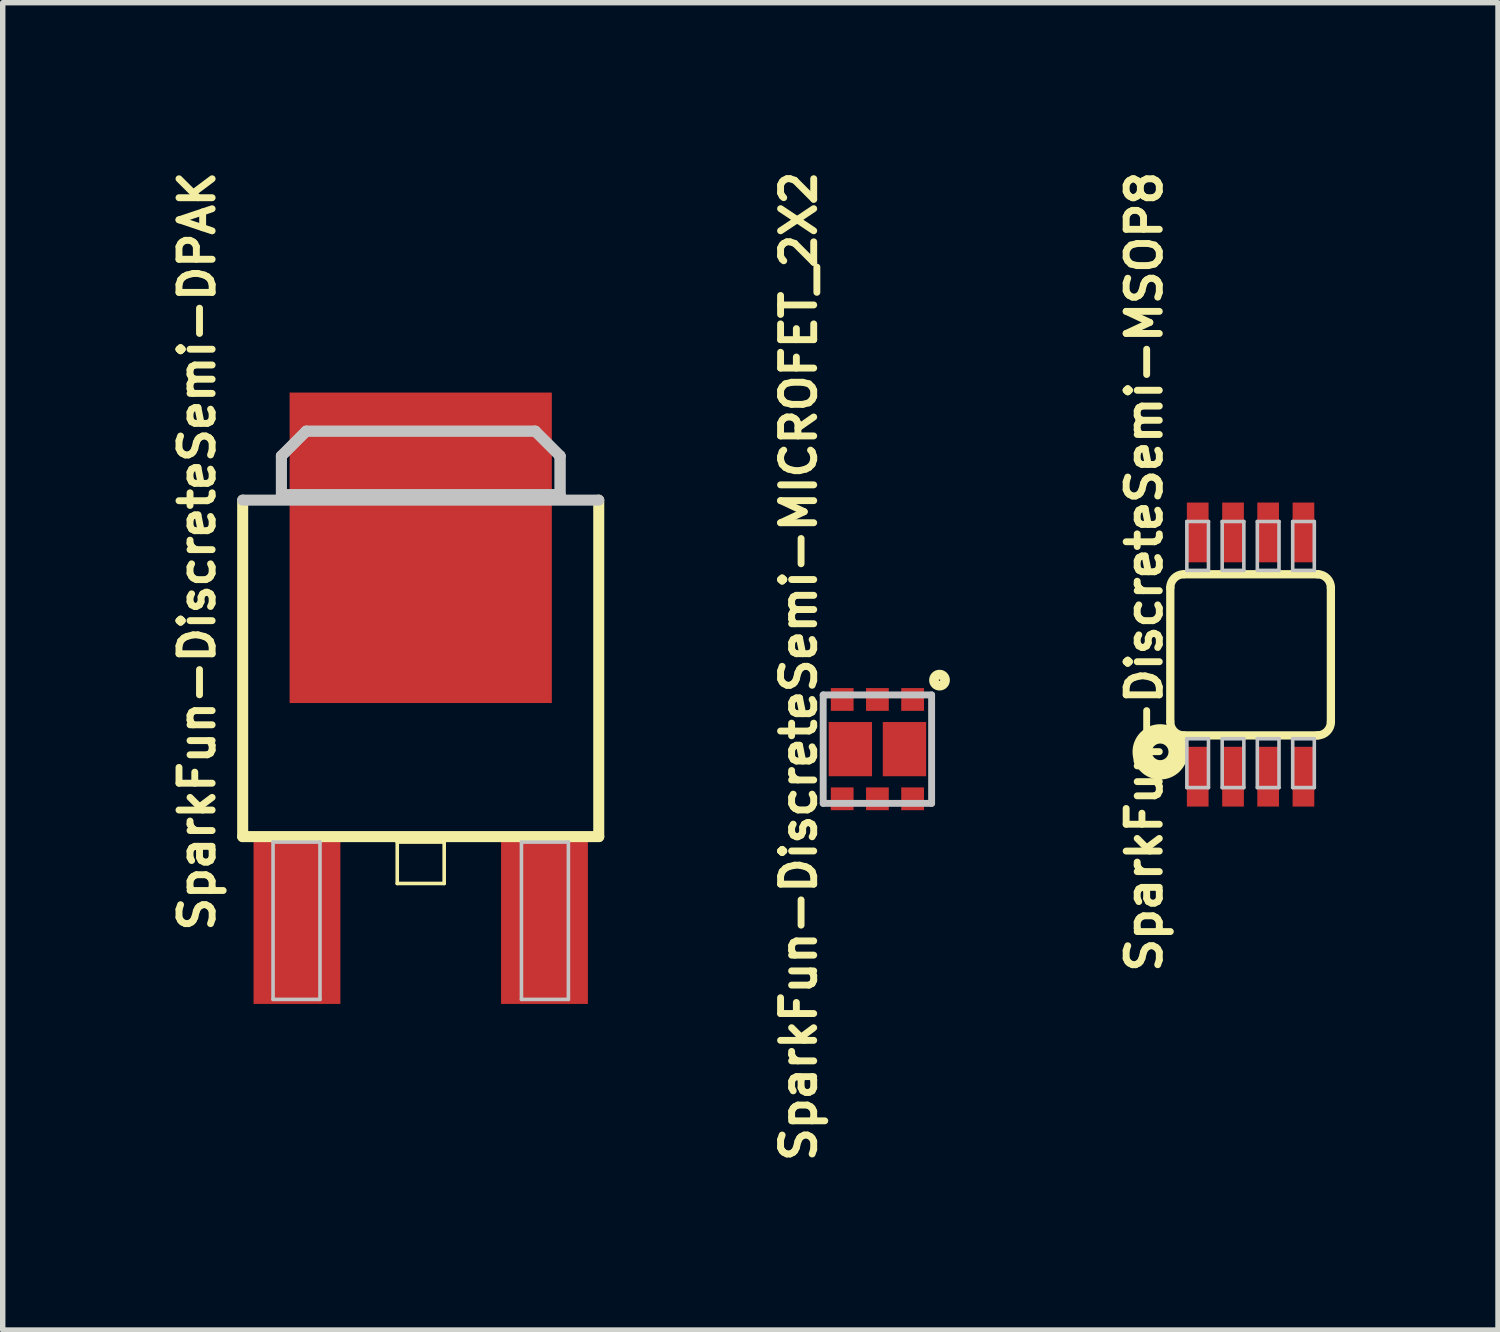
<source format=kicad_pcb>
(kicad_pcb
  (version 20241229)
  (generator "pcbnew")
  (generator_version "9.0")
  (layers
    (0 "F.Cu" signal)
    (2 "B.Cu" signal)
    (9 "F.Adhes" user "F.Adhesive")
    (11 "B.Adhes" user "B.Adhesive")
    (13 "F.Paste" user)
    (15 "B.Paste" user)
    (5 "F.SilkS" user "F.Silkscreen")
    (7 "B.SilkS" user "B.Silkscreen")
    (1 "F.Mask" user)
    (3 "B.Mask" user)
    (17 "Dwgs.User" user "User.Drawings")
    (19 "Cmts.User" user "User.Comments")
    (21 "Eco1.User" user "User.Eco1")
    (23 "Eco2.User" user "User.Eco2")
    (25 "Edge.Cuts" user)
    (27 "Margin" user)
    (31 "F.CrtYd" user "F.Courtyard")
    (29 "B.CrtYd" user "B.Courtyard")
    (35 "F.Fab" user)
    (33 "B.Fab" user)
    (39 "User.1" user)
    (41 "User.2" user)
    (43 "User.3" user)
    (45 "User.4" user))
  (footprint "SparkFun-DiscreteSemi-DPAK"
    (layer "F.Cu")
    (at 4.694 8.62)
    (property "Reference" "SparkFun-DiscreteSemi-DPAK" (at -4.115 -1.524 90) (layer "F.SilkS") (effects (font (size 0.61 0.61) (thickness 0.127))))
    (attr smd)
    (fp_line (start -3.277 3.729) (end -3.277 -2.464) (stroke (width 0.203) (type solid)) (layer "F.SilkS"))
    (fp_line (start -0.432 3.83) (end 0.432 3.83) (stroke (width 0.066) (type solid)) (layer "F.SilkS"))
    (fp_line (start -0.432 4.592) (end -0.432 3.83) (stroke (width 0.066) (type solid)) (layer "F.SilkS"))
    (fp_line (start -0.432 4.592) (end 0.432 4.592) (stroke (width 0.066) (type solid)) (layer "F.SilkS"))
    (fp_line (start 0.432 4.592) (end 0.432 3.83) (stroke (width 0.066) (type solid)) (layer "F.SilkS"))
    (fp_line (start 3.277 -2.464) (end 3.277 3.729) (stroke (width 0.203) (type solid)) (layer "F.SilkS"))
    (fp_line (start 3.277 3.729) (end -3.277 3.729) (stroke (width 0.203) (type solid)) (layer "F.SilkS"))
    (fp_line (start -3.277 -2.464) (end 3.277 -2.464) (stroke (width 0.203) (type solid)) (layer "Dwgs.User"))
    (fp_line (start -2.718 3.83) (end -1.854 3.83) (stroke (width 0.066) (type solid)) (layer "Dwgs.User"))
    (fp_line (start -2.718 6.726) (end -2.718 3.83) (stroke (width 0.066) (type solid)) (layer "Dwgs.User"))
    (fp_line (start -2.718 6.726) (end -1.854 6.726) (stroke (width 0.066) (type solid)) (layer "Dwgs.User"))
    (fp_line (start -2.565 -3.277) (end -2.108 -3.734) (stroke (width 0.198) (type solid)) (layer "Dwgs.User"))
    (fp_line (start -2.565 -3.277) (end -2.108 -3.734) (stroke (width 0.203) (type solid)) (layer "Dwgs.User"))
    (fp_line (start -2.565 -2.565) (end -2.565 -3.277) (stroke (width 0.198) (type solid)) (layer "Dwgs.User"))
    (fp_line (start -2.565 -2.565) (end -2.565 -3.277) (stroke (width 0.203) (type solid)) (layer "Dwgs.User"))
    (fp_line (start -2.108 -3.734) (end 2.108 -3.734) (stroke (width 0.198) (type solid)) (layer "Dwgs.User"))
    (fp_line (start -2.108 -3.734) (end 2.108 -3.734) (stroke (width 0.203) (type solid)) (layer "Dwgs.User"))
    (fp_line (start -1.854 6.726) (end -1.854 3.83) (stroke (width 0.066) (type solid)) (layer "Dwgs.User"))
    (fp_line (start 1.854 3.83) (end 2.718 3.83) (stroke (width 0.066) (type solid)) (layer "Dwgs.User"))
    (fp_line (start 1.854 6.726) (end 1.854 3.83) (stroke (width 0.066) (type solid)) (layer "Dwgs.User"))
    (fp_line (start 1.854 6.726) (end 2.718 6.726) (stroke (width 0.066) (type solid)) (layer "Dwgs.User"))
    (fp_line (start 2.108 -3.734) (end 2.565 -3.277) (stroke (width 0.198) (type solid)) (layer "Dwgs.User"))
    (fp_line (start 2.108 -3.734) (end 2.565 -3.277) (stroke (width 0.203) (type solid)) (layer "Dwgs.User"))
    (fp_line (start 2.565 -3.277) (end 2.565 -2.565) (stroke (width 0.198) (type solid)) (layer "Dwgs.User"))
    (fp_line (start 2.565 -3.277) (end 2.565 -2.565) (stroke (width 0.203) (type solid)) (layer "Dwgs.User"))
    (fp_line (start 2.565 -2.565) (end -2.565 -2.565) (stroke (width 0.198) (type solid)) (layer "Dwgs.User"))
    (fp_line (start 2.565 -2.565) (end -2.565 -2.565) (stroke (width 0.203) (type solid)) (layer "Dwgs.User"))
    (fp_line (start 2.718 6.726) (end 2.718 3.83) (stroke (width 0.066) (type solid)) (layer "Dwgs.User"))
    (pad "1" smd rect (at -2.278 5.309) (size 1.598 3) (layers "F.Cu" "F.Mask" "F.Paste"))
    (pad "3" smd rect (at 2.278 5.309) (size 1.598 3) (layers "F.Cu" "F.Mask" "F.Paste"))
    (pad "4" smd rect (at 0 -1.587) (size 4.826 5.715) (layers "F.Cu" "F.Mask" "F.Paste")))
  (footprint "SparkFun-DiscreteSemi-MICROFET_2X2"
    (layer "F.Cu")
    (at 13.1 10.739)
    (property "Reference" "SparkFun-DiscreteSemi-MICROFET_2X2" (at -1.448 -1.524 90) (layer "F.SilkS") (effects (font (size 0.61 0.61) (thickness 0.127))))
    (attr smd)
    (fp_circle (center 1.143 -1.27) (end 1.143 -1.372) (stroke (width 0.178) (type solid)) (fill no) (layer "F.SilkS"))
    (fp_line (start -0.998 -0.998) (end 0.998 -0.998) (stroke (width 0.127) (type solid)) (layer "Dwgs.User"))
    (fp_line (start -0.998 0.998) (end -0.998 -0.998) (stroke (width 0.127) (type solid)) (layer "Dwgs.User"))
    (fp_line (start 0.998 -0.998) (end 0.998 0.998) (stroke (width 0.127) (type solid)) (layer "Dwgs.User"))
    (fp_line (start 0.998 0.998) (end -0.998 0.998) (stroke (width 0.127) (type solid)) (layer "Dwgs.User"))
    (pad "D1" smd rect (at 0.498 0) (size 0.798 0.998) (layers "F.Cu" "F.Mask" "F.Paste"))
    (pad "D1_2" smd rect (at 0.648 0.914) (size 0.419 0.419) (layers "F.Cu" "F.Mask" "F.Paste"))
    (pad "D2" smd rect (at -0.498 0) (size 0.798 0.998) (layers "F.Cu" "F.Mask" "F.Paste"))
    (pad "D2_2" smd rect (at -0.648 -0.914) (size 0.419 0.419) (layers "F.Cu" "F.Mask" "F.Paste"))
    (pad "G1" smd rect (at 0 -0.914) (size 0.419 0.419) (layers "F.Cu" "F.Mask" "F.Paste"))
    (pad "G2" smd rect (at 0 0.914) (size 0.419 0.419) (layers "F.Cu" "F.Mask" "F.Paste"))
    (pad "S1" smd rect (at 0.648 -0.914) (size 0.419 0.419) (layers "F.Cu" "F.Mask" "F.Paste"))
    (pad "S2" smd rect (at -0.648 0.914) (size 0.419 0.419) (layers "F.Cu" "F.Mask" "F.Paste")))
  (footprint "SparkFun-DiscreteSemi-MSOP8"
    (layer "F.Cu")
    (at 19.969 8.998)
    (property "Reference" "SparkFun-DiscreteSemi-MSOP8" (at -1.956 -1.524 90) (layer "F.SilkS") (effects (font (size 0.61 0.61) (thickness 0.127))))
    (attr smd)
    (fp_line (start -1.478 -1.229) (end -1.478 1.229) (stroke (width 0.152) (type solid)) (layer "F.SilkS"))
    (fp_line (start -1.219 -1.478) (end 1.24 -1.478) (stroke (width 0.152) (type solid)) (layer "F.SilkS"))
    (fp_line (start 1.24 1.488) (end -1.219 1.488) (stroke (width 0.152) (type solid)) (layer "F.SilkS"))
    (fp_line (start 1.478 1.24) (end 1.478 -1.229) (stroke (width 0.152) (type solid)) (layer "F.SilkS"))
    (fp_arc (start -1.47828 -1.22936) (mid -1.405373 -1.405373) (end -1.22936 -1.47828) (stroke (width 0.1524) (type solid)) (layer "F.SilkS"))
    (fp_arc (start -1.22936 1.48844) (mid -1.405373 1.415533) (end -1.47828 1.23952) (stroke (width 0.1524) (type solid)) (layer "F.SilkS"))
    (fp_arc (start 1.22936 -1.47828) (mid 1.405373 -1.405373) (end 1.47828 -1.22936) (stroke (width 0.1524) (type solid)) (layer "F.SilkS"))
    (fp_arc (start 1.47828 1.23952) (mid 1.405373 1.415533) (end 1.22936 1.48844) (stroke (width 0.1524) (type solid)) (layer "F.SilkS"))
    (fp_circle (center -1.664 1.791) (end -1.664 1.638) (stroke (width 0.356) (type solid)) (fill no) (layer "F.SilkS"))
    (fp_line (start -1.173 -2.449) (end -0.775 -2.449) (stroke (width 0.066) (type solid)) (layer "Dwgs.User"))
    (fp_line (start -1.173 -1.549) (end -1.173 -2.449) (stroke (width 0.066) (type solid)) (layer "Dwgs.User"))
    (fp_line (start -1.173 -1.549) (end -0.775 -1.549) (stroke (width 0.066) (type solid)) (layer "Dwgs.User"))
    (fp_line (start -1.173 1.549) (end -0.775 1.549) (stroke (width 0.066) (type solid)) (layer "Dwgs.User"))
    (fp_line (start -1.173 2.449) (end -1.173 1.549) (stroke (width 0.066) (type solid)) (layer "Dwgs.User"))
    (fp_line (start -1.173 2.449) (end -0.775 2.449) (stroke (width 0.066) (type solid)) (layer "Dwgs.User"))
    (fp_line (start -0.775 -1.549) (end -0.775 -2.449) (stroke (width 0.066) (type solid)) (layer "Dwgs.User"))
    (fp_line (start -0.775 2.449) (end -0.775 1.549) (stroke (width 0.066) (type solid)) (layer "Dwgs.User"))
    (fp_line (start -0.523 -2.449) (end -0.124 -2.449) (stroke (width 0.066) (type solid)) (layer "Dwgs.User"))
    (fp_line (start -0.523 -1.549) (end -0.523 -2.449) (stroke (width 0.066) (type solid)) (layer "Dwgs.User"))
    (fp_line (start -0.523 -1.549) (end -0.124 -1.549) (stroke (width 0.066) (type solid)) (layer "Dwgs.User"))
    (fp_line (start -0.523 1.549) (end -0.124 1.549) (stroke (width 0.066) (type solid)) (layer "Dwgs.User"))
    (fp_line (start -0.523 2.449) (end -0.523 1.549) (stroke (width 0.066) (type solid)) (layer "Dwgs.User"))
    (fp_line (start -0.523 2.449) (end -0.124 2.449) (stroke (width 0.066) (type solid)) (layer "Dwgs.User"))
    (fp_line (start -0.124 -1.549) (end -0.124 -2.449) (stroke (width 0.066) (type solid)) (layer "Dwgs.User"))
    (fp_line (start -0.124 2.449) (end -0.124 1.549) (stroke (width 0.066) (type solid)) (layer "Dwgs.User"))
    (fp_line (start 0.124 -2.449) (end 0.523 -2.449) (stroke (width 0.066) (type solid)) (layer "Dwgs.User"))
    (fp_line (start 0.124 -1.549) (end 0.124 -2.449) (stroke (width 0.066) (type solid)) (layer "Dwgs.User"))
    (fp_line (start 0.124 -1.549) (end 0.523 -1.549) (stroke (width 0.066) (type solid)) (layer "Dwgs.User"))
    (fp_line (start 0.124 1.549) (end 0.523 1.549) (stroke (width 0.066) (type solid)) (layer "Dwgs.User"))
    (fp_line (start 0.124 2.449) (end 0.124 1.549) (stroke (width 0.066) (type solid)) (layer "Dwgs.User"))
    (fp_line (start 0.124 2.449) (end 0.523 2.449) (stroke (width 0.066) (type solid)) (layer "Dwgs.User"))
    (fp_line (start 0.523 -1.549) (end 0.523 -2.449) (stroke (width 0.066) (type solid)) (layer "Dwgs.User"))
    (fp_line (start 0.523 2.449) (end 0.523 1.549) (stroke (width 0.066) (type solid)) (layer "Dwgs.User"))
    (fp_line (start 0.775 -2.449) (end 1.173 -2.449) (stroke (width 0.066) (type solid)) (layer "Dwgs.User"))
    (fp_line (start 0.775 -1.549) (end 0.775 -2.449) (stroke (width 0.066) (type solid)) (layer "Dwgs.User"))
    (fp_line (start 0.775 -1.549) (end 1.173 -1.549) (stroke (width 0.066) (type solid)) (layer "Dwgs.User"))
    (fp_line (start 0.775 1.549) (end 1.173 1.549) (stroke (width 0.066) (type solid)) (layer "Dwgs.User"))
    (fp_line (start 0.775 2.449) (end 0.775 1.549) (stroke (width 0.066) (type solid)) (layer "Dwgs.User"))
    (fp_line (start 0.775 2.449) (end 1.173 2.449) (stroke (width 0.066) (type solid)) (layer "Dwgs.User"))
    (fp_line (start 1.173 -1.549) (end 1.173 -2.449) (stroke (width 0.066) (type solid)) (layer "Dwgs.User"))
    (fp_line (start 1.173 2.449) (end 1.173 1.549) (stroke (width 0.066) (type solid)) (layer "Dwgs.User"))
    (pad "1" smd rect (at -0.973 2.248) (size 0.399 1.1) (layers "F.Cu" "F.Mask" "F.Paste"))
    (pad "2" smd rect (at -0.323 2.248) (size 0.399 1.1) (layers "F.Cu" "F.Mask" "F.Paste"))
    (pad "3" smd rect (at 0.323 2.248) (size 0.399 1.1) (layers "F.Cu" "F.Mask" "F.Paste"))
    (pad "4" smd rect (at 0.973 2.248) (size 0.399 1.1) (layers "F.Cu" "F.Mask" "F.Paste"))
    (pad "5" smd rect (at 0.973 -2.248) (size 0.399 1.1) (layers "F.Cu" "F.Mask" "F.Paste"))
    (pad "6" smd rect (at 0.323 -2.248) (size 0.399 1.1) (layers "F.Cu" "F.Mask" "F.Paste"))
    (pad "7" smd rect (at -0.323 -2.248) (size 0.399 1.1) (layers "F.Cu" "F.Mask" "F.Paste"))
    (pad "8" smd rect (at -0.973 -2.248) (size 0.399 1.1) (layers "F.Cu" "F.Mask" "F.Paste")))
  (gr_rect
    (start -3 -3)
    (end 24.523 21.431)
    (stroke (width 0.1) (type default))
    (fill no)
    (layer "Edge.Cuts")))
</source>
